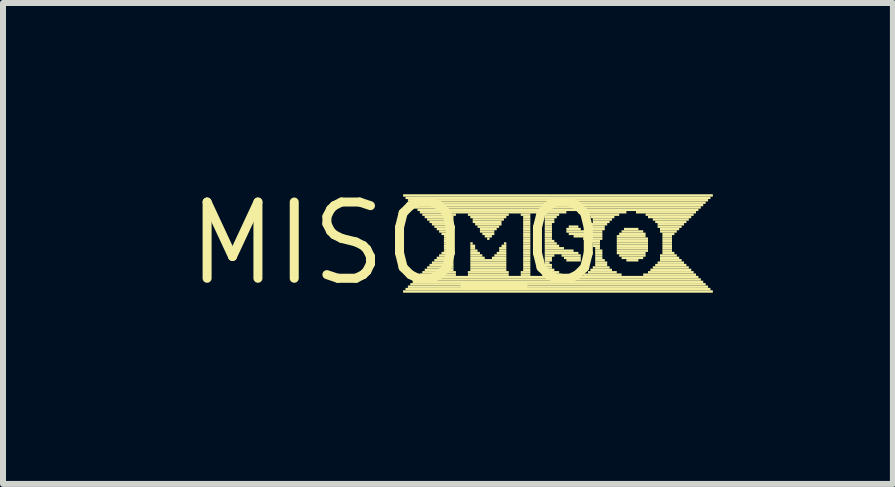
<source format=kicad_pcb>
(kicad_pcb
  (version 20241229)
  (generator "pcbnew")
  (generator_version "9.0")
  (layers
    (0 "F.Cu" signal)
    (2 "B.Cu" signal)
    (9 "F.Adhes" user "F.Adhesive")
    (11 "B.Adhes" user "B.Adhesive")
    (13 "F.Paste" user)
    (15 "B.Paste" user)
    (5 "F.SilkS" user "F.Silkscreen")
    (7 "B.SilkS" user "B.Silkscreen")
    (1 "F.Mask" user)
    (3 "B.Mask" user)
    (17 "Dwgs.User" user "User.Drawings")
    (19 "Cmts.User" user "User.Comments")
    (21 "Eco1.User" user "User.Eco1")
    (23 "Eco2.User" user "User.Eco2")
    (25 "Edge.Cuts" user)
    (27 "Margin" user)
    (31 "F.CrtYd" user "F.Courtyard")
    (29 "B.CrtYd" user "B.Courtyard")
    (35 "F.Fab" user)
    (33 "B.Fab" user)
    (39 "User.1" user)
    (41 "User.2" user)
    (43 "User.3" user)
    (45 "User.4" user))
  (footprint "MISO_O"
    (layer "F.Cu")
    (at 3.545 1.006)
    (property "Reference" "MISO_O" (at 0 0 0) (layer "F.SilkS") (effects (font (size 1.27 1.27) (thickness 0.15))))
    (fp_poly (pts (xy 0.12 -0.78) (xy 5.28 -0.78) (xy 5.28 -0.82) (xy 0.12 -0.82)) (stroke (width 0) (type default)) (fill yes) (layer "F.SilkS"))
    (fp_poly (pts (xy 0.12 0.82) (xy 5.28 0.82) (xy 5.28 0.78) (xy 0.12 0.78)) (stroke (width 0) (type default)) (fill yes) (layer "F.SilkS"))
    (fp_poly (pts (xy 0.16 -0.74) (xy 5.24 -0.74) (xy 5.24 -0.78) (xy 0.16 -0.78)) (stroke (width 0) (type default)) (fill yes) (layer "F.SilkS"))
    (fp_poly (pts (xy 0.16 0.78) (xy 5.24 0.78) (xy 5.24 0.74) (xy 0.16 0.74)) (stroke (width 0) (type default)) (fill yes) (layer "F.SilkS"))
    (fp_poly (pts (xy 0.2 -0.7) (xy 5.2 -0.7) (xy 5.2 -0.74) (xy 0.2 -0.74)) (stroke (width 0) (type default)) (fill yes) (layer "F.SilkS"))
    (fp_poly (pts (xy 0.2 0.74) (xy 5.2 0.74) (xy 5.2 0.7) (xy 0.2 0.7)) (stroke (width 0) (type default)) (fill yes) (layer "F.SilkS"))
    (fp_poly (pts (xy 0.24 -0.66) (xy 5.16 -0.66) (xy 5.16 -0.7) (xy 0.24 -0.7)) (stroke (width 0) (type default)) (fill yes) (layer "F.SilkS"))
    (fp_poly (pts (xy 0.24 0.7) (xy 5.16 0.7) (xy 5.16 0.66) (xy 0.24 0.66)) (stroke (width 0) (type default)) (fill yes) (layer "F.SilkS"))
    (fp_poly (pts (xy 0.28 -0.62) (xy 5.12 -0.62) (xy 5.12 -0.66) (xy 0.28 -0.66)) (stroke (width 0) (type default)) (fill yes) (layer "F.SilkS"))
    (fp_poly (pts (xy 0.28 0.66) (xy 5.12 0.66) (xy 5.12 0.62) (xy 0.28 0.62)) (stroke (width 0) (type default)) (fill yes) (layer "F.SilkS"))
    (fp_poly (pts (xy 0.32 -0.58) (xy 5.08 -0.58) (xy 5.08 -0.62) (xy 0.32 -0.62)) (stroke (width 0) (type default)) (fill yes) (layer "F.SilkS"))
    (fp_poly (pts (xy 0.32 0.62) (xy 5.08 0.62) (xy 5.08 0.58) (xy 0.32 0.58)) (stroke (width 0) (type default)) (fill yes) (layer "F.SilkS"))
    (fp_poly (pts (xy 0.36 -0.54) (xy 5.04 -0.54) (xy 5.04 -0.58) (xy 0.36 -0.58)) (stroke (width 0) (type default)) (fill yes) (layer "F.SilkS"))
    (fp_poly (pts (xy 0.36 0.58) (xy 5.04 0.58) (xy 5.04 0.54) (xy 0.36 0.54)) (stroke (width 0) (type default)) (fill yes) (layer "F.SilkS"))
    (fp_poly (pts (xy 0.4 -0.5) (xy 2.84 -0.5) (xy 2.84 -0.54) (xy 0.4 -0.54)) (stroke (width 0) (type default)) (fill yes) (layer "F.SilkS"))
    (fp_poly (pts (xy 0.4 0.54) (xy 1 0.54) (xy 1 0.5) (xy 0.4 0.5)) (stroke (width 0) (type default)) (fill yes) (layer "F.SilkS"))
    (fp_poly (pts (xy 0.44 -0.46) (xy 1 -0.46) (xy 1 -0.5) (xy 0.44 -0.5)) (stroke (width 0) (type default)) (fill yes) (layer "F.SilkS"))
    (fp_poly (pts (xy 0.44 0.5) (xy 1 0.5) (xy 1 0.46) (xy 0.44 0.46)) (stroke (width 0) (type default)) (fill yes) (layer "F.SilkS"))
    (fp_poly (pts (xy 0.48 -0.42) (xy 0.96 -0.42) (xy 0.96 -0.46) (xy 0.48 -0.46)) (stroke (width 0) (type default)) (fill yes) (layer "F.SilkS"))
    (fp_poly (pts (xy 0.48 0.46) (xy 0.96 0.46) (xy 0.96 0.42) (xy 0.48 0.42)) (stroke (width 0) (type default)) (fill yes) (layer "F.SilkS"))
    (fp_poly (pts (xy 0.52 -0.38) (xy 0.96 -0.38) (xy 0.96 -0.42) (xy 0.52 -0.42)) (stroke (width 0) (type default)) (fill yes) (layer "F.SilkS"))
    (fp_poly (pts (xy 0.52 0.42) (xy 0.96 0.42) (xy 0.96 0.38) (xy 0.52 0.38)) (stroke (width 0) (type default)) (fill yes) (layer "F.SilkS"))
    (fp_poly (pts (xy 0.56 -0.34) (xy 0.96 -0.34) (xy 0.96 -0.38) (xy 0.56 -0.38)) (stroke (width 0) (type default)) (fill yes) (layer "F.SilkS"))
    (fp_poly (pts (xy 0.56 0.38) (xy 0.96 0.38) (xy 0.96 0.34) (xy 0.56 0.34)) (stroke (width 0) (type default)) (fill yes) (layer "F.SilkS"))
    (fp_poly (pts (xy 0.6 -0.3) (xy 0.96 -0.3) (xy 0.96 -0.34) (xy 0.6 -0.34)) (stroke (width 0) (type default)) (fill yes) (layer "F.SilkS"))
    (fp_poly (pts (xy 0.6 0.34) (xy 0.96 0.34) (xy 0.96 0.3) (xy 0.6 0.3)) (stroke (width 0) (type default)) (fill yes) (layer "F.SilkS"))
    (fp_poly (pts (xy 0.64 -0.26) (xy 0.96 -0.26) (xy 0.96 -0.3) (xy 0.64 -0.3)) (stroke (width 0) (type default)) (fill yes) (layer "F.SilkS"))
    (fp_poly (pts (xy 0.64 0.3) (xy 0.96 0.3) (xy 0.96 0.26) (xy 0.64 0.26)) (stroke (width 0) (type default)) (fill yes) (layer "F.SilkS"))
    (fp_poly (pts (xy 0.68 -0.22) (xy 0.96 -0.22) (xy 0.96 -0.26) (xy 0.68 -0.26)) (stroke (width 0) (type default)) (fill yes) (layer "F.SilkS"))
    (fp_poly (pts (xy 0.68 0.26) (xy 0.96 0.26) (xy 0.96 0.22) (xy 0.68 0.22)) (stroke (width 0) (type default)) (fill yes) (layer "F.SilkS"))
    (fp_poly (pts (xy 0.72 -0.18) (xy 0.96 -0.18) (xy 0.96 -0.22) (xy 0.72 -0.22)) (stroke (width 0) (type default)) (fill yes) (layer "F.SilkS"))
    (fp_poly (pts (xy 0.72 0.22) (xy 0.96 0.22) (xy 0.96 0.18) (xy 0.72 0.18)) (stroke (width 0) (type default)) (fill yes) (layer "F.SilkS"))
    (fp_poly (pts (xy 0.76 -0.14) (xy 0.96 -0.14) (xy 0.96 -0.18) (xy 0.76 -0.18)) (stroke (width 0) (type default)) (fill yes) (layer "F.SilkS"))
    (fp_poly (pts (xy 0.76 0.18) (xy 0.96 0.18) (xy 0.96 0.14) (xy 0.76 0.14)) (stroke (width 0) (type default)) (fill yes) (layer "F.SilkS"))
    (fp_poly (pts (xy 0.8 -0.1) (xy 0.96 -0.1) (xy 0.96 -0.14) (xy 0.8 -0.14)) (stroke (width 0) (type default)) (fill yes) (layer "F.SilkS"))
    (fp_poly (pts (xy 0.8 -0.06) (xy 0.96 -0.06) (xy 0.96 -0.1) (xy 0.8 -0.1)) (stroke (width 0) (type default)) (fill yes) (layer "F.SilkS"))
    (fp_poly (pts (xy 0.8 -0.02) (xy 0.96 -0.02) (xy 0.96 -0.06) (xy 0.8 -0.06)) (stroke (width 0) (type default)) (fill yes) (layer "F.SilkS"))
    (fp_poly (pts (xy 0.8 0.02) (xy 0.96 0.02) (xy 0.96 -0.02) (xy 0.8 -0.02)) (stroke (width 0) (type default)) (fill yes) (layer "F.SilkS"))
    (fp_poly (pts (xy 0.8 0.06) (xy 0.96 0.06) (xy 0.96 0.02) (xy 0.8 0.02)) (stroke (width 0) (type default)) (fill yes) (layer "F.SilkS"))
    (fp_poly (pts (xy 0.8 0.1) (xy 0.96 0.1) (xy 0.96 0.06) (xy 0.8 0.06)) (stroke (width 0) (type default)) (fill yes) (layer "F.SilkS"))
    (fp_poly (pts (xy 0.8 0.14) (xy 0.96 0.14) (xy 0.96 0.1) (xy 0.8 0.1)) (stroke (width 0) (type default)) (fill yes) (layer "F.SilkS"))
    (fp_poly (pts (xy 1.2 -0.46) (xy 1.88 -0.46) (xy 1.88 -0.5) (xy 1.2 -0.5)) (stroke (width 0) (type default)) (fill yes) (layer "F.SilkS"))
    (fp_poly (pts (xy 1.2 0.5) (xy 1.88 0.5) (xy 1.88 0.46) (xy 1.2 0.46)) (stroke (width 0) (type default)) (fill yes) (layer "F.SilkS"))
    (fp_poly (pts (xy 1.2 0.54) (xy 1.88 0.54) (xy 1.88 0.5) (xy 1.2 0.5)) (stroke (width 0) (type default)) (fill yes) (layer "F.SilkS"))
    (fp_poly (pts (xy 1.24 -0.42) (xy 1.84 -0.42) (xy 1.84 -0.46) (xy 1.24 -0.46)) (stroke (width 0) (type default)) (fill yes) (layer "F.SilkS"))
    (fp_poly (pts (xy 1.24 0.02) (xy 1.28 0.02) (xy 1.28 -0.02) (xy 1.24 -0.02)) (stroke (width 0) (type default)) (fill yes) (layer "F.SilkS"))
    (fp_poly (pts (xy 1.24 0.06) (xy 1.32 0.06) (xy 1.32 0.02) (xy 1.24 0.02)) (stroke (width 0) (type default)) (fill yes) (layer "F.SilkS"))
    (fp_poly (pts (xy 1.24 0.1) (xy 1.32 0.1) (xy 1.32 0.06) (xy 1.24 0.06)) (stroke (width 0) (type default)) (fill yes) (layer "F.SilkS"))
    (fp_poly (pts (xy 1.24 0.14) (xy 1.36 0.14) (xy 1.36 0.1) (xy 1.24 0.1)) (stroke (width 0) (type default)) (fill yes) (layer "F.SilkS"))
    (fp_poly (pts (xy 1.24 0.18) (xy 1.4 0.18) (xy 1.4 0.14) (xy 1.24 0.14)) (stroke (width 0) (type default)) (fill yes) (layer "F.SilkS"))
    (fp_poly (pts (xy 1.24 0.22) (xy 1.44 0.22) (xy 1.44 0.18) (xy 1.24 0.18)) (stroke (width 0) (type default)) (fill yes) (layer "F.SilkS"))
    (fp_poly (pts (xy 1.24 0.26) (xy 1.48 0.26) (xy 1.48 0.22) (xy 1.24 0.22)) (stroke (width 0) (type default)) (fill yes) (layer "F.SilkS"))
    (fp_poly (pts (xy 1.24 0.3) (xy 1.84 0.3) (xy 1.84 0.26) (xy 1.24 0.26)) (stroke (width 0) (type default)) (fill yes) (layer "F.SilkS"))
    (fp_poly (pts (xy 1.24 0.34) (xy 1.84 0.34) (xy 1.84 0.3) (xy 1.24 0.3)) (stroke (width 0) (type default)) (fill yes) (layer "F.SilkS"))
    (fp_poly (pts (xy 1.24 0.38) (xy 1.84 0.38) (xy 1.84 0.34) (xy 1.24 0.34)) (stroke (width 0) (type default)) (fill yes) (layer "F.SilkS"))
    (fp_poly (pts (xy 1.24 0.42) (xy 1.84 0.42) (xy 1.84 0.38) (xy 1.24 0.38)) (stroke (width 0) (type default)) (fill yes) (layer "F.SilkS"))
    (fp_poly (pts (xy 1.24 0.46) (xy 1.84 0.46) (xy 1.84 0.42) (xy 1.24 0.42)) (stroke (width 0) (type default)) (fill yes) (layer "F.SilkS"))
    (fp_poly (pts (xy 1.28 -0.38) (xy 1.8 -0.38) (xy 1.8 -0.42) (xy 1.28 -0.42)) (stroke (width 0) (type default)) (fill yes) (layer "F.SilkS"))
    (fp_poly (pts (xy 1.28 -0.34) (xy 1.76 -0.34) (xy 1.76 -0.38) (xy 1.28 -0.38)) (stroke (width 0) (type default)) (fill yes) (layer "F.SilkS"))
    (fp_poly (pts (xy 1.32 -0.3) (xy 1.76 -0.3) (xy 1.76 -0.34) (xy 1.32 -0.34)) (stroke (width 0) (type default)) (fill yes) (layer "F.SilkS"))
    (fp_poly (pts (xy 1.36 -0.26) (xy 1.72 -0.26) (xy 1.72 -0.3) (xy 1.36 -0.3)) (stroke (width 0) (type default)) (fill yes) (layer "F.SilkS"))
    (fp_poly (pts (xy 1.4 -0.22) (xy 1.68 -0.22) (xy 1.68 -0.26) (xy 1.4 -0.26)) (stroke (width 0) (type default)) (fill yes) (layer "F.SilkS"))
    (fp_poly (pts (xy 1.4 -0.18) (xy 1.64 -0.18) (xy 1.64 -0.22) (xy 1.4 -0.22)) (stroke (width 0) (type default)) (fill yes) (layer "F.SilkS"))
    (fp_poly (pts (xy 1.44 -0.14) (xy 1.64 -0.14) (xy 1.64 -0.18) (xy 1.44 -0.18)) (stroke (width 0) (type default)) (fill yes) (layer "F.SilkS"))
    (fp_poly (pts (xy 1.48 -0.1) (xy 1.6 -0.1) (xy 1.6 -0.14) (xy 1.48 -0.14)) (stroke (width 0) (type default)) (fill yes) (layer "F.SilkS"))
    (fp_poly (pts (xy 1.52 -0.06) (xy 1.56 -0.06) (xy 1.56 -0.1) (xy 1.52 -0.1)) (stroke (width 0) (type default)) (fill yes) (layer "F.SilkS"))
    (fp_poly (pts (xy 1.6 0.26) (xy 1.84 0.26) (xy 1.84 0.22) (xy 1.6 0.22)) (stroke (width 0) (type default)) (fill yes) (layer "F.SilkS"))
    (fp_poly (pts (xy 1.64 0.22) (xy 1.84 0.22) (xy 1.84 0.18) (xy 1.64 0.18)) (stroke (width 0) (type default)) (fill yes) (layer "F.SilkS"))
    (fp_poly (pts (xy 1.68 0.18) (xy 1.84 0.18) (xy 1.84 0.14) (xy 1.68 0.14)) (stroke (width 0) (type default)) (fill yes) (layer "F.SilkS"))
    (fp_poly (pts (xy 1.72 0.1) (xy 1.84 0.1) (xy 1.84 0.06) (xy 1.72 0.06)) (stroke (width 0) (type default)) (fill yes) (layer "F.SilkS"))
    (fp_poly (pts (xy 1.72 0.14) (xy 1.84 0.14) (xy 1.84 0.1) (xy 1.72 0.1)) (stroke (width 0) (type default)) (fill yes) (layer "F.SilkS"))
    (fp_poly (pts (xy 1.76 0.06) (xy 1.84 0.06) (xy 1.84 0.02) (xy 1.76 0.02)) (stroke (width 0) (type default)) (fill yes) (layer "F.SilkS"))
    (fp_poly (pts (xy 1.8 0.02) (xy 1.84 0.02) (xy 1.84 -0.02) (xy 1.8 -0.02)) (stroke (width 0) (type default)) (fill yes) (layer "F.SilkS"))
    (fp_poly (pts (xy 2.08 -0.46) (xy 2.24 -0.46) (xy 2.24 -0.5) (xy 2.08 -0.5)) (stroke (width 0) (type default)) (fill yes) (layer "F.SilkS"))
    (fp_poly (pts (xy 2.08 0.5) (xy 2.24 0.5) (xy 2.24 0.46) (xy 2.08 0.46)) (stroke (width 0) (type default)) (fill yes) (layer "F.SilkS"))
    (fp_poly (pts (xy 2.08 0.54) (xy 2.24 0.54) (xy 2.24 0.5) (xy 2.08 0.5)) (stroke (width 0) (type default)) (fill yes) (layer "F.SilkS"))
    (fp_poly (pts (xy 2.12 -0.42) (xy 2.24 -0.42) (xy 2.24 -0.46) (xy 2.12 -0.46)) (stroke (width 0) (type default)) (fill yes) (layer "F.SilkS"))
    (fp_poly (pts (xy 2.12 -0.38) (xy 2.24 -0.38) (xy 2.24 -0.42) (xy 2.12 -0.42)) (stroke (width 0) (type default)) (fill yes) (layer "F.SilkS"))
    (fp_poly (pts (xy 2.12 -0.34) (xy 2.24 -0.34) (xy 2.24 -0.38) (xy 2.12 -0.38)) (stroke (width 0) (type default)) (fill yes) (layer "F.SilkS"))
    (fp_poly (pts (xy 2.12 -0.3) (xy 2.24 -0.3) (xy 2.24 -0.34) (xy 2.12 -0.34)) (stroke (width 0) (type default)) (fill yes) (layer "F.SilkS"))
    (fp_poly (pts (xy 2.12 -0.26) (xy 2.24 -0.26) (xy 2.24 -0.3) (xy 2.12 -0.3)) (stroke (width 0) (type default)) (fill yes) (layer "F.SilkS"))
    (fp_poly (pts (xy 2.12 -0.22) (xy 2.24 -0.22) (xy 2.24 -0.26) (xy 2.12 -0.26)) (stroke (width 0) (type default)) (fill yes) (layer "F.SilkS"))
    (fp_poly (pts (xy 2.12 -0.18) (xy 2.24 -0.18) (xy 2.24 -0.22) (xy 2.12 -0.22)) (stroke (width 0) (type default)) (fill yes) (layer "F.SilkS"))
    (fp_poly (pts (xy 2.12 -0.14) (xy 2.24 -0.14) (xy 2.24 -0.18) (xy 2.12 -0.18)) (stroke (width 0) (type default)) (fill yes) (layer "F.SilkS"))
    (fp_poly (pts (xy 2.12 -0.1) (xy 2.24 -0.1) (xy 2.24 -0.14) (xy 2.12 -0.14)) (stroke (width 0) (type default)) (fill yes) (layer "F.SilkS"))
    (fp_poly (pts (xy 2.12 -0.06) (xy 2.24 -0.06) (xy 2.24 -0.1) (xy 2.12 -0.1)) (stroke (width 0) (type default)) (fill yes) (layer "F.SilkS"))
    (fp_poly (pts (xy 2.12 -0.02) (xy 2.24 -0.02) (xy 2.24 -0.06) (xy 2.12 -0.06)) (stroke (width 0) (type default)) (fill yes) (layer "F.SilkS"))
    (fp_poly (pts (xy 2.12 0.02) (xy 2.24 0.02) (xy 2.24 -0.02) (xy 2.12 -0.02)) (stroke (width 0) (type default)) (fill yes) (layer "F.SilkS"))
    (fp_poly (pts (xy 2.12 0.06) (xy 2.24 0.06) (xy 2.24 0.02) (xy 2.12 0.02)) (stroke (width 0) (type default)) (fill yes) (layer "F.SilkS"))
    (fp_poly (pts (xy 2.12 0.1) (xy 2.24 0.1) (xy 2.24 0.06) (xy 2.12 0.06)) (stroke (width 0) (type default)) (fill yes) (layer "F.SilkS"))
    (fp_poly (pts (xy 2.12 0.14) (xy 2.24 0.14) (xy 2.24 0.1) (xy 2.12 0.1)) (stroke (width 0) (type default)) (fill yes) (layer "F.SilkS"))
    (fp_poly (pts (xy 2.12 0.18) (xy 2.24 0.18) (xy 2.24 0.14) (xy 2.12 0.14)) (stroke (width 0) (type default)) (fill yes) (layer "F.SilkS"))
    (fp_poly (pts (xy 2.12 0.22) (xy 2.24 0.22) (xy 2.24 0.18) (xy 2.12 0.18)) (stroke (width 0) (type default)) (fill yes) (layer "F.SilkS"))
    (fp_poly (pts (xy 2.12 0.26) (xy 2.24 0.26) (xy 2.24 0.22) (xy 2.12 0.22)) (stroke (width 0) (type default)) (fill yes) (layer "F.SilkS"))
    (fp_poly (pts (xy 2.12 0.3) (xy 2.24 0.3) (xy 2.24 0.26) (xy 2.12 0.26)) (stroke (width 0) (type default)) (fill yes) (layer "F.SilkS"))
    (fp_poly (pts (xy 2.12 0.34) (xy 2.24 0.34) (xy 2.24 0.3) (xy 2.12 0.3)) (stroke (width 0) (type default)) (fill yes) (layer "F.SilkS"))
    (fp_poly (pts (xy 2.12 0.38) (xy 2.24 0.38) (xy 2.24 0.34) (xy 2.12 0.34)) (stroke (width 0) (type default)) (fill yes) (layer "F.SilkS"))
    (fp_poly (pts (xy 2.12 0.42) (xy 2.24 0.42) (xy 2.24 0.38) (xy 2.12 0.38)) (stroke (width 0) (type default)) (fill yes) (layer "F.SilkS"))
    (fp_poly (pts (xy 2.12 0.46) (xy 2.24 0.46) (xy 2.24 0.42) (xy 2.12 0.42)) (stroke (width 0) (type default)) (fill yes) (layer "F.SilkS"))
    (fp_poly (pts (xy 2.44 -0.46) (xy 2.72 -0.46) (xy 2.72 -0.5) (xy 2.44 -0.5)) (stroke (width 0) (type default)) (fill yes) (layer "F.SilkS"))
    (fp_poly (pts (xy 2.44 0.54) (xy 2.76 0.54) (xy 2.76 0.5) (xy 2.44 0.5)) (stroke (width 0) (type default)) (fill yes) (layer "F.SilkS"))
    (fp_poly (pts (xy 2.48 -0.42) (xy 2.68 -0.42) (xy 2.68 -0.46) (xy 2.48 -0.46)) (stroke (width 0) (type default)) (fill yes) (layer "F.SilkS"))
    (fp_poly (pts (xy 2.48 -0.38) (xy 2.64 -0.38) (xy 2.64 -0.42) (xy 2.48 -0.42)) (stroke (width 0) (type default)) (fill yes) (layer "F.SilkS"))
    (fp_poly (pts (xy 2.48 -0.34) (xy 2.64 -0.34) (xy 2.64 -0.38) (xy 2.48 -0.38)) (stroke (width 0) (type default)) (fill yes) (layer "F.SilkS"))
    (fp_poly (pts (xy 2.48 -0.3) (xy 2.6 -0.3) (xy 2.6 -0.34) (xy 2.48 -0.34)) (stroke (width 0) (type default)) (fill yes) (layer "F.SilkS"))
    (fp_poly (pts (xy 2.48 -0.26) (xy 2.6 -0.26) (xy 2.6 -0.3) (xy 2.48 -0.3)) (stroke (width 0) (type default)) (fill yes) (layer "F.SilkS"))
    (fp_poly (pts (xy 2.48 -0.22) (xy 2.6 -0.22) (xy 2.6 -0.26) (xy 2.48 -0.26)) (stroke (width 0) (type default)) (fill yes) (layer "F.SilkS"))
    (fp_poly (pts (xy 2.48 -0.18) (xy 2.6 -0.18) (xy 2.6 -0.22) (xy 2.48 -0.22)) (stroke (width 0) (type default)) (fill yes) (layer "F.SilkS"))
    (fp_poly (pts (xy 2.48 -0.14) (xy 2.6 -0.14) (xy 2.6 -0.18) (xy 2.48 -0.18)) (stroke (width 0) (type default)) (fill yes) (layer "F.SilkS"))
    (fp_poly (pts (xy 2.48 -0.1) (xy 2.6 -0.1) (xy 2.6 -0.14) (xy 2.48 -0.14)) (stroke (width 0) (type default)) (fill yes) (layer "F.SilkS"))
    (fp_poly (pts (xy 2.48 -0.06) (xy 2.6 -0.06) (xy 2.6 -0.1) (xy 2.48 -0.1)) (stroke (width 0) (type default)) (fill yes) (layer "F.SilkS"))
    (fp_poly (pts (xy 2.48 -0.02) (xy 2.64 -0.02) (xy 2.64 -0.06) (xy 2.48 -0.06)) (stroke (width 0) (type default)) (fill yes) (layer "F.SilkS"))
    (fp_poly (pts (xy 2.48 0.02) (xy 2.68 0.02) (xy 2.68 -0.02) (xy 2.48 -0.02)) (stroke (width 0) (type default)) (fill yes) (layer "F.SilkS"))
    (fp_poly (pts (xy 2.48 0.06) (xy 2.72 0.06) (xy 2.72 0.02) (xy 2.48 0.02)) (stroke (width 0) (type default)) (fill yes) (layer "F.SilkS"))
    (fp_poly (pts (xy 2.48 0.1) (xy 2.8 0.1) (xy 2.8 0.06) (xy 2.48 0.06)) (stroke (width 0) (type default)) (fill yes) (layer "F.SilkS"))
    (fp_poly (pts (xy 2.48 0.14) (xy 2.96 0.14) (xy 2.96 0.1) (xy 2.48 0.1)) (stroke (width 0) (type default)) (fill yes) (layer "F.SilkS"))
    (fp_poly (pts (xy 2.48 0.18) (xy 3.04 0.18) (xy 3.04 0.14) (xy 2.48 0.14)) (stroke (width 0) (type default)) (fill yes) (layer "F.SilkS"))
    (fp_poly (pts (xy 2.48 0.22) (xy 2.64 0.22) (xy 2.64 0.18) (xy 2.48 0.18)) (stroke (width 0) (type default)) (fill yes) (layer "F.SilkS"))
    (fp_poly (pts (xy 2.48 0.26) (xy 2.6 0.26) (xy 2.6 0.22) (xy 2.48 0.22)) (stroke (width 0) (type default)) (fill yes) (layer "F.SilkS"))
    (fp_poly (pts (xy 2.48 0.3) (xy 2.6 0.3) (xy 2.6 0.26) (xy 2.48 0.26)) (stroke (width 0) (type default)) (fill yes) (layer "F.SilkS"))
    (fp_poly (pts (xy 2.48 0.34) (xy 2.56 0.34) (xy 2.56 0.3) (xy 2.48 0.3)) (stroke (width 0) (type default)) (fill yes) (layer "F.SilkS"))
    (fp_poly (pts (xy 2.48 0.38) (xy 2.6 0.38) (xy 2.6 0.34) (xy 2.48 0.34)) (stroke (width 0) (type default)) (fill yes) (layer "F.SilkS"))
    (fp_poly (pts (xy 2.48 0.42) (xy 2.6 0.42) (xy 2.6 0.38) (xy 2.48 0.38)) (stroke (width 0) (type default)) (fill yes) (layer "F.SilkS"))
    (fp_poly (pts (xy 2.48 0.46) (xy 2.64 0.46) (xy 2.64 0.42) (xy 2.48 0.42)) (stroke (width 0) (type default)) (fill yes) (layer "F.SilkS"))
    (fp_poly (pts (xy 2.48 0.5) (xy 2.72 0.5) (xy 2.72 0.46) (xy 2.48 0.46)) (stroke (width 0) (type default)) (fill yes) (layer "F.SilkS"))
    (fp_poly (pts (xy 2.76 0.22) (xy 3.08 0.22) (xy 3.08 0.18) (xy 2.76 0.18)) (stroke (width 0) (type default)) (fill yes) (layer "F.SilkS"))
    (fp_poly (pts (xy 2.8 0.26) (xy 3.08 0.26) (xy 3.08 0.22) (xy 2.8 0.22)) (stroke (width 0) (type default)) (fill yes) (layer "F.SilkS"))
    (fp_poly (pts (xy 2.84 -0.22) (xy 3.08 -0.22) (xy 3.08 -0.26) (xy 2.84 -0.26)) (stroke (width 0) (type default)) (fill yes) (layer "F.SilkS"))
    (fp_poly (pts (xy 2.84 -0.18) (xy 3.44 -0.18) (xy 3.44 -0.22) (xy 2.84 -0.22)) (stroke (width 0) (type default)) (fill yes) (layer "F.SilkS"))
    (fp_poly (pts (xy 2.84 0.3) (xy 3.08 0.3) (xy 3.08 0.26) (xy 2.84 0.26)) (stroke (width 0) (type default)) (fill yes) (layer "F.SilkS"))
    (fp_poly (pts (xy 2.88 -0.26) (xy 3.04 -0.26) (xy 3.04 -0.3) (xy 2.88 -0.3)) (stroke (width 0) (type default)) (fill yes) (layer "F.SilkS"))
    (fp_poly (pts (xy 2.88 -0.14) (xy 3.44 -0.14) (xy 3.44 -0.18) (xy 2.88 -0.18)) (stroke (width 0) (type default)) (fill yes) (layer "F.SilkS"))
    (fp_poly (pts (xy 2.96 -0.1) (xy 3.44 -0.1) (xy 3.44 -0.14) (xy 2.96 -0.14)) (stroke (width 0) (type default)) (fill yes) (layer "F.SilkS"))
    (fp_poly (pts (xy 3.04 -0.5) (xy 3.84 -0.5) (xy 3.84 -0.54) (xy 3.04 -0.54)) (stroke (width 0) (type default)) (fill yes) (layer "F.SilkS"))
    (fp_poly (pts (xy 3.12 -0.06) (xy 3.44 -0.06) (xy 3.44 -0.1) (xy 3.12 -0.1)) (stroke (width 0) (type default)) (fill yes) (layer "F.SilkS"))
    (fp_poly (pts (xy 3.12 0.54) (xy 3.76 0.54) (xy 3.76 0.5) (xy 3.12 0.5)) (stroke (width 0) (type default)) (fill yes) (layer "F.SilkS"))
    (fp_poly (pts (xy 3.16 -0.46) (xy 3.72 -0.46) (xy 3.72 -0.5) (xy 3.16 -0.5)) (stroke (width 0) (type default)) (fill yes) (layer "F.SilkS"))
    (fp_poly (pts (xy 3.2 -0.22) (xy 3.48 -0.22) (xy 3.48 -0.26) (xy 3.2 -0.26)) (stroke (width 0) (type default)) (fill yes) (layer "F.SilkS"))
    (fp_poly (pts (xy 3.2 -0.02) (xy 3.4 -0.02) (xy 3.4 -0.06) (xy 3.2 -0.06)) (stroke (width 0) (type default)) (fill yes) (layer "F.SilkS"))
    (fp_poly (pts (xy 3.2 0.5) (xy 3.68 0.5) (xy 3.68 0.46) (xy 3.2 0.46)) (stroke (width 0) (type default)) (fill yes) (layer "F.SilkS"))
    (fp_poly (pts (xy 3.24 -0.42) (xy 3.64 -0.42) (xy 3.64 -0.46) (xy 3.24 -0.46)) (stroke (width 0) (type default)) (fill yes) (layer "F.SilkS"))
    (fp_poly (pts (xy 3.24 -0.3) (xy 3.52 -0.3) (xy 3.52 -0.34) (xy 3.24 -0.34)) (stroke (width 0) (type default)) (fill yes) (layer "F.SilkS"))
    (fp_poly (pts (xy 3.24 -0.26) (xy 3.48 -0.26) (xy 3.48 -0.3) (xy 3.24 -0.3)) (stroke (width 0) (type default)) (fill yes) (layer "F.SilkS"))
    (fp_poly (pts (xy 3.24 0.46) (xy 3.6 0.46) (xy 3.6 0.42) (xy 3.24 0.42)) (stroke (width 0) (type default)) (fill yes) (layer "F.SilkS"))
    (fp_poly (pts (xy 3.28 -0.38) (xy 3.6 -0.38) (xy 3.6 -0.42) (xy 3.28 -0.42)) (stroke (width 0) (type default)) (fill yes) (layer "F.SilkS"))
    (fp_poly (pts (xy 3.28 -0.34) (xy 3.56 -0.34) (xy 3.56 -0.38) (xy 3.28 -0.38)) (stroke (width 0) (type default)) (fill yes) (layer "F.SilkS"))
    (fp_poly (pts (xy 3.28 0.02) (xy 3.4 0.02) (xy 3.4 -0.02) (xy 3.28 -0.02)) (stroke (width 0) (type default)) (fill yes) (layer "F.SilkS"))
    (fp_poly (pts (xy 3.28 0.06) (xy 3.4 0.06) (xy 3.4 0.02) (xy 3.28 0.02)) (stroke (width 0) (type default)) (fill yes) (layer "F.SilkS"))
    (fp_poly (pts (xy 3.28 0.42) (xy 3.56 0.42) (xy 3.56 0.38) (xy 3.28 0.38)) (stroke (width 0) (type default)) (fill yes) (layer "F.SilkS"))
    (fp_poly (pts (xy 3.32 0.1) (xy 3.4 0.1) (xy 3.4 0.06) (xy 3.32 0.06)) (stroke (width 0) (type default)) (fill yes) (layer "F.SilkS"))
    (fp_poly (pts (xy 3.32 0.14) (xy 3.44 0.14) (xy 3.44 0.1) (xy 3.32 0.1)) (stroke (width 0) (type default)) (fill yes) (layer "F.SilkS"))
    (fp_poly (pts (xy 3.32 0.18) (xy 3.44 0.18) (xy 3.44 0.14) (xy 3.32 0.14)) (stroke (width 0) (type default)) (fill yes) (layer "F.SilkS"))
    (fp_poly (pts (xy 3.32 0.22) (xy 3.44 0.22) (xy 3.44 0.18) (xy 3.32 0.18)) (stroke (width 0) (type default)) (fill yes) (layer "F.SilkS"))
    (fp_poly (pts (xy 3.32 0.26) (xy 3.44 0.26) (xy 3.44 0.22) (xy 3.32 0.22)) (stroke (width 0) (type default)) (fill yes) (layer "F.SilkS"))
    (fp_poly (pts (xy 3.32 0.3) (xy 3.48 0.3) (xy 3.48 0.26) (xy 3.32 0.26)) (stroke (width 0) (type default)) (fill yes) (layer "F.SilkS"))
    (fp_poly (pts (xy 3.32 0.34) (xy 3.52 0.34) (xy 3.52 0.3) (xy 3.32 0.3)) (stroke (width 0) (type default)) (fill yes) (layer "F.SilkS"))
    (fp_poly (pts (xy 3.32 0.38) (xy 3.52 0.38) (xy 3.52 0.34) (xy 3.32 0.34)) (stroke (width 0) (type default)) (fill yes) (layer "F.SilkS"))
    (fp_poly (pts (xy 3.68 -0.1) (xy 4.16 -0.1) (xy 4.16 -0.14) (xy 3.68 -0.14)) (stroke (width 0) (type default)) (fill yes) (layer "F.SilkS"))
    (fp_poly (pts (xy 3.68 -0.06) (xy 4.2 -0.06) (xy 4.2 -0.1) (xy 3.68 -0.1)) (stroke (width 0) (type default)) (fill yes) (layer "F.SilkS"))
    (fp_poly (pts (xy 3.68 -0.02) (xy 4.2 -0.02) (xy 4.2 -0.06) (xy 3.68 -0.06)) (stroke (width 0) (type default)) (fill yes) (layer "F.SilkS"))
    (fp_poly (pts (xy 3.68 0.02) (xy 4.2 0.02) (xy 4.2 -0.02) (xy 3.68 -0.02)) (stroke (width 0) (type default)) (fill yes) (layer "F.SilkS"))
    (fp_poly (pts (xy 3.68 0.06) (xy 4.2 0.06) (xy 4.2 0.02) (xy 3.68 0.02)) (stroke (width 0) (type default)) (fill yes) (layer "F.SilkS"))
    (fp_poly (pts (xy 3.68 0.1) (xy 4.2 0.1) (xy 4.2 0.06) (xy 3.68 0.06)) (stroke (width 0) (type default)) (fill yes) (layer "F.SilkS"))
    (fp_poly (pts (xy 3.68 0.14) (xy 4.2 0.14) (xy 4.2 0.1) (xy 3.68 0.1)) (stroke (width 0) (type default)) (fill yes) (layer "F.SilkS"))
    (fp_poly (pts (xy 3.68 0.18) (xy 4.16 0.18) (xy 4.16 0.14) (xy 3.68 0.14)) (stroke (width 0) (type default)) (fill yes) (layer "F.SilkS"))
    (fp_poly (pts (xy 3.72 -0.14) (xy 4.16 -0.14) (xy 4.16 -0.18) (xy 3.72 -0.18)) (stroke (width 0) (type default)) (fill yes) (layer "F.SilkS"))
    (fp_poly (pts (xy 3.72 0.22) (xy 4.16 0.22) (xy 4.16 0.18) (xy 3.72 0.18)) (stroke (width 0) (type default)) (fill yes) (layer "F.SilkS"))
    (fp_poly (pts (xy 3.76 -0.18) (xy 4.12 -0.18) (xy 4.12 -0.22) (xy 3.76 -0.22)) (stroke (width 0) (type default)) (fill yes) (layer "F.SilkS"))
    (fp_poly (pts (xy 3.76 0.26) (xy 4.12 0.26) (xy 4.12 0.22) (xy 3.76 0.22)) (stroke (width 0) (type default)) (fill yes) (layer "F.SilkS"))
    (fp_poly (pts (xy 3.8 -0.22) (xy 4.04 -0.22) (xy 4.04 -0.26) (xy 3.8 -0.26)) (stroke (width 0) (type default)) (fill yes) (layer "F.SilkS"))
    (fp_poly (pts (xy 3.84 0.3) (xy 4.04 0.3) (xy 4.04 0.26) (xy 3.84 0.26)) (stroke (width 0) (type default)) (fill yes) (layer "F.SilkS"))
    (fp_poly (pts (xy 4 -0.5) (xy 5 -0.5) (xy 5 -0.54) (xy 4 -0.54)) (stroke (width 0) (type default)) (fill yes) (layer "F.SilkS"))
    (fp_poly (pts (xy 4.12 0.54) (xy 5 0.54) (xy 5 0.5) (xy 4.12 0.5)) (stroke (width 0) (type default)) (fill yes) (layer "F.SilkS"))
    (fp_poly (pts (xy 4.16 -0.46) (xy 4.96 -0.46) (xy 4.96 -0.5) (xy 4.16 -0.5)) (stroke (width 0) (type default)) (fill yes) (layer "F.SilkS"))
    (fp_poly (pts (xy 4.2 -0.42) (xy 4.92 -0.42) (xy 4.92 -0.46) (xy 4.2 -0.46)) (stroke (width 0) (type default)) (fill yes) (layer "F.SilkS"))
    (fp_poly (pts (xy 4.2 0.5) (xy 4.96 0.5) (xy 4.96 0.46) (xy 4.2 0.46)) (stroke (width 0) (type default)) (fill yes) (layer "F.SilkS"))
    (fp_poly (pts (xy 4.24 0.46) (xy 4.92 0.46) (xy 4.92 0.42) (xy 4.24 0.42)) (stroke (width 0) (type default)) (fill yes) (layer "F.SilkS"))
    (fp_poly (pts (xy 4.28 -0.38) (xy 4.88 -0.38) (xy 4.88 -0.42) (xy 4.28 -0.42)) (stroke (width 0) (type default)) (fill yes) (layer "F.SilkS"))
    (fp_poly (pts (xy 4.28 0.42) (xy 4.88 0.42) (xy 4.88 0.38) (xy 4.28 0.38)) (stroke (width 0) (type default)) (fill yes) (layer "F.SilkS"))
    (fp_poly (pts (xy 4.32 -0.34) (xy 4.84 -0.34) (xy 4.84 -0.38) (xy 4.32 -0.38)) (stroke (width 0) (type default)) (fill yes) (layer "F.SilkS"))
    (fp_poly (pts (xy 4.32 0.38) (xy 4.84 0.38) (xy 4.84 0.34) (xy 4.32 0.34)) (stroke (width 0) (type default)) (fill yes) (layer "F.SilkS"))
    (fp_poly (pts (xy 4.36 -0.3) (xy 4.8 -0.3) (xy 4.8 -0.34) (xy 4.36 -0.34)) (stroke (width 0) (type default)) (fill yes) (layer "F.SilkS"))
    (fp_poly (pts (xy 4.36 -0.26) (xy 4.76 -0.26) (xy 4.76 -0.3) (xy 4.36 -0.3)) (stroke (width 0) (type default)) (fill yes) (layer "F.SilkS"))
    (fp_poly (pts (xy 4.36 0.34) (xy 4.8 0.34) (xy 4.8 0.3) (xy 4.36 0.3)) (stroke (width 0) (type default)) (fill yes) (layer "F.SilkS"))
    (fp_poly (pts (xy 4.4 -0.22) (xy 4.72 -0.22) (xy 4.72 -0.26) (xy 4.4 -0.26)) (stroke (width 0) (type default)) (fill yes) (layer "F.SilkS"))
    (fp_poly (pts (xy 4.4 -0.18) (xy 4.68 -0.18) (xy 4.68 -0.22) (xy 4.4 -0.22)) (stroke (width 0) (type default)) (fill yes) (layer "F.SilkS"))
    (fp_poly (pts (xy 4.4 0.22) (xy 4.68 0.22) (xy 4.68 0.18) (xy 4.4 0.18)) (stroke (width 0) (type default)) (fill yes) (layer "F.SilkS"))
    (fp_poly (pts (xy 4.4 0.26) (xy 4.72 0.26) (xy 4.72 0.22) (xy 4.4 0.22)) (stroke (width 0) (type default)) (fill yes) (layer "F.SilkS"))
    (fp_poly (pts (xy 4.4 0.3) (xy 4.76 0.3) (xy 4.76 0.26) (xy 4.4 0.26)) (stroke (width 0) (type default)) (fill yes) (layer "F.SilkS"))
    (fp_poly (pts (xy 4.44 -0.14) (xy 4.64 -0.14) (xy 4.64 -0.18) (xy 4.44 -0.18)) (stroke (width 0) (type default)) (fill yes) (layer "F.SilkS"))
    (fp_poly (pts (xy 4.44 -0.1) (xy 4.6 -0.1) (xy 4.6 -0.14) (xy 4.44 -0.14)) (stroke (width 0) (type default)) (fill yes) (layer "F.SilkS"))
    (fp_poly (pts (xy 4.44 -0.06) (xy 4.6 -0.06) (xy 4.6 -0.1) (xy 4.44 -0.1)) (stroke (width 0) (type default)) (fill yes) (layer "F.SilkS"))
    (fp_poly (pts (xy 4.44 -0.02) (xy 4.6 -0.02) (xy 4.6 -0.06) (xy 4.44 -0.06)) (stroke (width 0) (type default)) (fill yes) (layer "F.SilkS"))
    (fp_poly (pts (xy 4.44 0.02) (xy 4.6 0.02) (xy 4.6 -0.02) (xy 4.44 -0.02)) (stroke (width 0) (type default)) (fill yes) (layer "F.SilkS"))
    (fp_poly (pts (xy 4.44 0.06) (xy 4.6 0.06) (xy 4.6 0.02) (xy 4.44 0.02)) (stroke (width 0) (type default)) (fill yes) (layer "F.SilkS"))
    (fp_poly (pts (xy 4.44 0.1) (xy 4.6 0.1) (xy 4.6 0.06) (xy 4.44 0.06)) (stroke (width 0) (type default)) (fill yes) (layer "F.SilkS"))
    (fp_poly (pts (xy 4.44 0.14) (xy 4.6 0.14) (xy 4.6 0.1) (xy 4.44 0.1)) (stroke (width 0) (type default)) (fill yes) (layer "F.SilkS"))
    (fp_poly (pts (xy 4.44 0.18) (xy 4.64 0.18) (xy 4.64 0.14) (xy 4.44 0.14)) (stroke (width 0) (type default)) (fill yes) (layer "F.SilkS")))
  (gr_rect
    (start -3 -3)
    (end 11.825 5.012)
    (stroke (width 0.1) (type default))
    (fill no)
    (layer "Edge.Cuts")))
</source>
